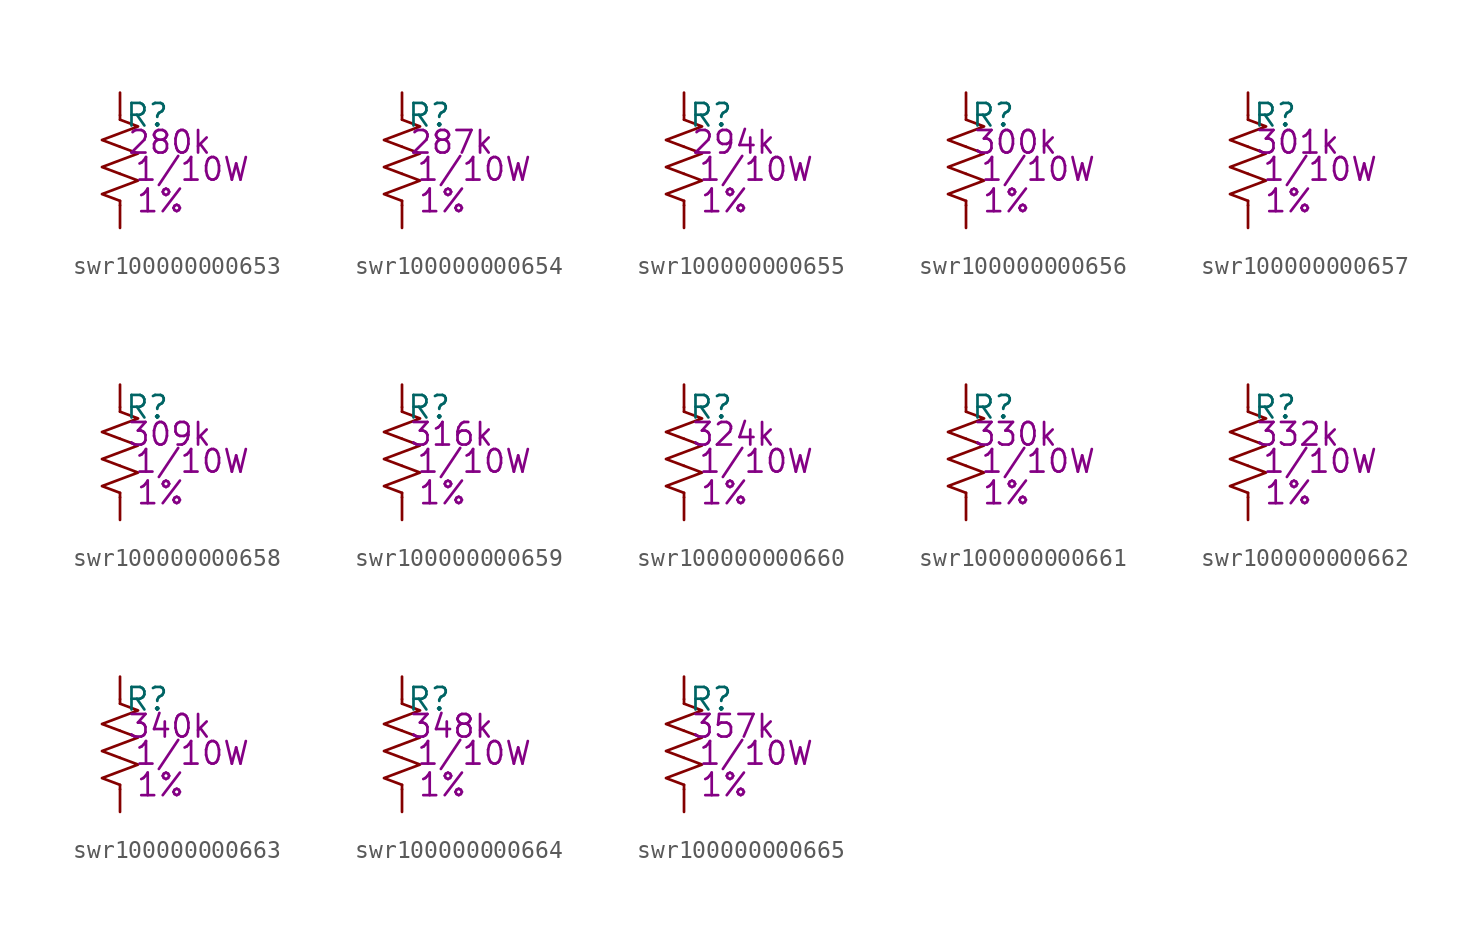
<source format=kicad_sym>
(kicad_symbol_lib
  (version 20211014)
  (generator kicad_symbol_editor)
  (symbol "swr100000000653"
    (pin_numbers hide)
    (pin_names
      (offset 1.016))
    (property "Reference" "R"
      (at 1.524 2.54 0)
      (effects (font (size 1.27 1.27))))
    (property "Tolerance" "1%"
      (at 2.286 -2.286 0)
      (effects (font (size 1.27 1.27))))
    (property "Wattage" "1/10W"
      (at 4.064 -0.508 0)
      (effects (font (size 1.27 1.27))))
    (property "PartValue" "280k"
      (at 2.794 1.016 0)
      (effects (font (size 1.27 1.27))))
    (symbol "swr100000000653_1_1"
      (polyline (pts (xy 0 -2.286) (xy 0 -2.54)) (stroke (width 0) (type default) (color 0 0 0 0)) (fill (type none)))
      (polyline (pts (xy 0 2.286) (xy 0 2.54)) (stroke (width 0) (type default) (color 0 0 0 0)) (fill (type none)))
      (polyline (pts (xy 0 -0.762) (xy 1.016 -1.143) (xy 0 -1.524) (xy -1.016 -1.905) (xy 0 -2.286)) (stroke (width 0) (type default) (color 0 0 0 0)) (fill (type none)))
      (polyline (pts (xy 0 0.762) (xy 1.016 0.381) (xy 0 0) (xy -1.016 -0.381) (xy 0 -0.762)) (stroke (width 0) (type default) (color 0 0 0 0)) (fill (type none)))
      (polyline (pts (xy 0 2.286) (xy 1.016 1.905) (xy 0 1.524) (xy -1.016 1.143) (xy 0 0.762)) (stroke (width 0) (type default) (color 0 0 0 0)) (fill (type none)))
      (pin passive line (at 0 3.81 270) (length 1.27) (name "~" (effects (font (size 1.27 1.27)))) (number "1" (effects (font (size 1.27 1.27)))))
      (pin passive line (at 0 -3.81 90) (length 1.27) (name "~" (effects (font (size 1.27 1.27)))) (number "2" (effects (font (size 1.27 1.27)))))))
  (symbol "swr100000000654"
    (pin_numbers hide)
    (pin_names
      (offset 1.016))
    (property "Reference" "R"
      (at 1.524 2.54 0)
      (effects (font (size 1.27 1.27))))
    (property "Tolerance" "1%"
      (at 2.286 -2.286 0)
      (effects (font (size 1.27 1.27))))
    (property "Wattage" "1/10W"
      (at 4.064 -0.508 0)
      (effects (font (size 1.27 1.27))))
    (property "PartValue" "287k"
      (at 2.794 1.016 0)
      (effects (font (size 1.27 1.27))))
    (symbol "swr100000000654_1_1"
      (polyline (pts (xy 0 -2.286) (xy 0 -2.54)) (stroke (width 0) (type default) (color 0 0 0 0)) (fill (type none)))
      (polyline (pts (xy 0 2.286) (xy 0 2.54)) (stroke (width 0) (type default) (color 0 0 0 0)) (fill (type none)))
      (polyline (pts (xy 0 -0.762) (xy 1.016 -1.143) (xy 0 -1.524) (xy -1.016 -1.905) (xy 0 -2.286)) (stroke (width 0) (type default) (color 0 0 0 0)) (fill (type none)))
      (polyline (pts (xy 0 0.762) (xy 1.016 0.381) (xy 0 0) (xy -1.016 -0.381) (xy 0 -0.762)) (stroke (width 0) (type default) (color 0 0 0 0)) (fill (type none)))
      (polyline (pts (xy 0 2.286) (xy 1.016 1.905) (xy 0 1.524) (xy -1.016 1.143) (xy 0 0.762)) (stroke (width 0) (type default) (color 0 0 0 0)) (fill (type none)))
      (pin passive line (at 0 3.81 270) (length 1.27) (name "~" (effects (font (size 1.27 1.27)))) (number "1" (effects (font (size 1.27 1.27)))))
      (pin passive line (at 0 -3.81 90) (length 1.27) (name "~" (effects (font (size 1.27 1.27)))) (number "2" (effects (font (size 1.27 1.27)))))))
  (symbol "swr100000000655"
    (pin_numbers hide)
    (pin_names
      (offset 1.016))
    (property "Reference" "R"
      (at 1.524 2.54 0)
      (effects (font (size 1.27 1.27))))
    (property "Tolerance" "1%"
      (at 2.286 -2.286 0)
      (effects (font (size 1.27 1.27))))
    (property "Wattage" "1/10W"
      (at 4.064 -0.508 0)
      (effects (font (size 1.27 1.27))))
    (property "PartValue" "294k"
      (at 2.794 1.016 0)
      (effects (font (size 1.27 1.27))))
    (symbol "swr100000000655_1_1"
      (polyline (pts (xy 0 -2.286) (xy 0 -2.54)) (stroke (width 0) (type default) (color 0 0 0 0)) (fill (type none)))
      (polyline (pts (xy 0 2.286) (xy 0 2.54)) (stroke (width 0) (type default) (color 0 0 0 0)) (fill (type none)))
      (polyline (pts (xy 0 -0.762) (xy 1.016 -1.143) (xy 0 -1.524) (xy -1.016 -1.905) (xy 0 -2.286)) (stroke (width 0) (type default) (color 0 0 0 0)) (fill (type none)))
      (polyline (pts (xy 0 0.762) (xy 1.016 0.381) (xy 0 0) (xy -1.016 -0.381) (xy 0 -0.762)) (stroke (width 0) (type default) (color 0 0 0 0)) (fill (type none)))
      (polyline (pts (xy 0 2.286) (xy 1.016 1.905) (xy 0 1.524) (xy -1.016 1.143) (xy 0 0.762)) (stroke (width 0) (type default) (color 0 0 0 0)) (fill (type none)))
      (pin passive line (at 0 3.81 270) (length 1.27) (name "~" (effects (font (size 1.27 1.27)))) (number "1" (effects (font (size 1.27 1.27)))))
      (pin passive line (at 0 -3.81 90) (length 1.27) (name "~" (effects (font (size 1.27 1.27)))) (number "2" (effects (font (size 1.27 1.27)))))))
  (symbol "swr100000000656"
    (pin_numbers hide)
    (pin_names
      (offset 1.016))
    (property "Reference" "R"
      (at 1.524 2.54 0)
      (effects (font (size 1.27 1.27))))
    (property "Tolerance" "1%"
      (at 2.286 -2.286 0)
      (effects (font (size 1.27 1.27))))
    (property "Wattage" "1/10W"
      (at 4.064 -0.508 0)
      (effects (font (size 1.27 1.27))))
    (property "PartValue" "300k"
      (at 2.794 1.016 0)
      (effects (font (size 1.27 1.27))))
    (symbol "swr100000000656_1_1"
      (polyline (pts (xy 0 -2.286) (xy 0 -2.54)) (stroke (width 0) (type default) (color 0 0 0 0)) (fill (type none)))
      (polyline (pts (xy 0 2.286) (xy 0 2.54)) (stroke (width 0) (type default) (color 0 0 0 0)) (fill (type none)))
      (polyline (pts (xy 0 -0.762) (xy 1.016 -1.143) (xy 0 -1.524) (xy -1.016 -1.905) (xy 0 -2.286)) (stroke (width 0) (type default) (color 0 0 0 0)) (fill (type none)))
      (polyline (pts (xy 0 0.762) (xy 1.016 0.381) (xy 0 0) (xy -1.016 -0.381) (xy 0 -0.762)) (stroke (width 0) (type default) (color 0 0 0 0)) (fill (type none)))
      (polyline (pts (xy 0 2.286) (xy 1.016 1.905) (xy 0 1.524) (xy -1.016 1.143) (xy 0 0.762)) (stroke (width 0) (type default) (color 0 0 0 0)) (fill (type none)))
      (pin passive line (at 0 3.81 270) (length 1.27) (name "~" (effects (font (size 1.27 1.27)))) (number "1" (effects (font (size 1.27 1.27)))))
      (pin passive line (at 0 -3.81 90) (length 1.27) (name "~" (effects (font (size 1.27 1.27)))) (number "2" (effects (font (size 1.27 1.27)))))))
  (symbol "swr100000000657"
    (pin_numbers hide)
    (pin_names
      (offset 1.016))
    (property "Reference" "R"
      (at 1.524 2.54 0)
      (effects (font (size 1.27 1.27))))
    (property "Tolerance" "1%"
      (at 2.286 -2.286 0)
      (effects (font (size 1.27 1.27))))
    (property "Wattage" "1/10W"
      (at 4.064 -0.508 0)
      (effects (font (size 1.27 1.27))))
    (property "PartValue" "301k"
      (at 2.794 1.016 0)
      (effects (font (size 1.27 1.27))))
    (symbol "swr100000000657_1_1"
      (polyline (pts (xy 0 -2.286) (xy 0 -2.54)) (stroke (width 0) (type default) (color 0 0 0 0)) (fill (type none)))
      (polyline (pts (xy 0 2.286) (xy 0 2.54)) (stroke (width 0) (type default) (color 0 0 0 0)) (fill (type none)))
      (polyline (pts (xy 0 -0.762) (xy 1.016 -1.143) (xy 0 -1.524) (xy -1.016 -1.905) (xy 0 -2.286)) (stroke (width 0) (type default) (color 0 0 0 0)) (fill (type none)))
      (polyline (pts (xy 0 0.762) (xy 1.016 0.381) (xy 0 0) (xy -1.016 -0.381) (xy 0 -0.762)) (stroke (width 0) (type default) (color 0 0 0 0)) (fill (type none)))
      (polyline (pts (xy 0 2.286) (xy 1.016 1.905) (xy 0 1.524) (xy -1.016 1.143) (xy 0 0.762)) (stroke (width 0) (type default) (color 0 0 0 0)) (fill (type none)))
      (pin passive line (at 0 3.81 270) (length 1.27) (name "~" (effects (font (size 1.27 1.27)))) (number "1" (effects (font (size 1.27 1.27)))))
      (pin passive line (at 0 -3.81 90) (length 1.27) (name "~" (effects (font (size 1.27 1.27)))) (number "2" (effects (font (size 1.27 1.27)))))))
  (symbol "swr100000000658"
    (pin_numbers hide)
    (pin_names
      (offset 1.016))
    (property "Reference" "R"
      (at 1.524 2.54 0)
      (effects (font (size 1.27 1.27))))
    (property "Tolerance" "1%"
      (at 2.286 -2.286 0)
      (effects (font (size 1.27 1.27))))
    (property "Wattage" "1/10W"
      (at 4.064 -0.508 0)
      (effects (font (size 1.27 1.27))))
    (property "PartValue" "309k"
      (at 2.794 1.016 0)
      (effects (font (size 1.27 1.27))))
    (symbol "swr100000000658_1_1"
      (polyline (pts (xy 0 -2.286) (xy 0 -2.54)) (stroke (width 0) (type default) (color 0 0 0 0)) (fill (type none)))
      (polyline (pts (xy 0 2.286) (xy 0 2.54)) (stroke (width 0) (type default) (color 0 0 0 0)) (fill (type none)))
      (polyline (pts (xy 0 -0.762) (xy 1.016 -1.143) (xy 0 -1.524) (xy -1.016 -1.905) (xy 0 -2.286)) (stroke (width 0) (type default) (color 0 0 0 0)) (fill (type none)))
      (polyline (pts (xy 0 0.762) (xy 1.016 0.381) (xy 0 0) (xy -1.016 -0.381) (xy 0 -0.762)) (stroke (width 0) (type default) (color 0 0 0 0)) (fill (type none)))
      (polyline (pts (xy 0 2.286) (xy 1.016 1.905) (xy 0 1.524) (xy -1.016 1.143) (xy 0 0.762)) (stroke (width 0) (type default) (color 0 0 0 0)) (fill (type none)))
      (pin passive line (at 0 3.81 270) (length 1.27) (name "~" (effects (font (size 1.27 1.27)))) (number "1" (effects (font (size 1.27 1.27)))))
      (pin passive line (at 0 -3.81 90) (length 1.27) (name "~" (effects (font (size 1.27 1.27)))) (number "2" (effects (font (size 1.27 1.27)))))))
  (symbol "swr100000000659"
    (pin_numbers hide)
    (pin_names
      (offset 1.016))
    (property "Reference" "R"
      (at 1.524 2.54 0)
      (effects (font (size 1.27 1.27))))
    (property "Tolerance" "1%"
      (at 2.286 -2.286 0)
      (effects (font (size 1.27 1.27))))
    (property "Wattage" "1/10W"
      (at 4.064 -0.508 0)
      (effects (font (size 1.27 1.27))))
    (property "PartValue" "316k"
      (at 2.794 1.016 0)
      (effects (font (size 1.27 1.27))))
    (symbol "swr100000000659_1_1"
      (polyline (pts (xy 0 -2.286) (xy 0 -2.54)) (stroke (width 0) (type default) (color 0 0 0 0)) (fill (type none)))
      (polyline (pts (xy 0 2.286) (xy 0 2.54)) (stroke (width 0) (type default) (color 0 0 0 0)) (fill (type none)))
      (polyline (pts (xy 0 -0.762) (xy 1.016 -1.143) (xy 0 -1.524) (xy -1.016 -1.905) (xy 0 -2.286)) (stroke (width 0) (type default) (color 0 0 0 0)) (fill (type none)))
      (polyline (pts (xy 0 0.762) (xy 1.016 0.381) (xy 0 0) (xy -1.016 -0.381) (xy 0 -0.762)) (stroke (width 0) (type default) (color 0 0 0 0)) (fill (type none)))
      (polyline (pts (xy 0 2.286) (xy 1.016 1.905) (xy 0 1.524) (xy -1.016 1.143) (xy 0 0.762)) (stroke (width 0) (type default) (color 0 0 0 0)) (fill (type none)))
      (pin passive line (at 0 3.81 270) (length 1.27) (name "~" (effects (font (size 1.27 1.27)))) (number "1" (effects (font (size 1.27 1.27)))))
      (pin passive line (at 0 -3.81 90) (length 1.27) (name "~" (effects (font (size 1.27 1.27)))) (number "2" (effects (font (size 1.27 1.27)))))))
  (symbol "swr100000000660"
    (pin_numbers hide)
    (pin_names
      (offset 1.016))
    (property "Reference" "R"
      (at 1.524 2.54 0)
      (effects (font (size 1.27 1.27))))
    (property "Tolerance" "1%"
      (at 2.286 -2.286 0)
      (effects (font (size 1.27 1.27))))
    (property "Wattage" "1/10W"
      (at 4.064 -0.508 0)
      (effects (font (size 1.27 1.27))))
    (property "PartValue" "324k"
      (at 2.794 1.016 0)
      (effects (font (size 1.27 1.27))))
    (symbol "swr100000000660_1_1"
      (polyline (pts (xy 0 -2.286) (xy 0 -2.54)) (stroke (width 0) (type default) (color 0 0 0 0)) (fill (type none)))
      (polyline (pts (xy 0 2.286) (xy 0 2.54)) (stroke (width 0) (type default) (color 0 0 0 0)) (fill (type none)))
      (polyline (pts (xy 0 -0.762) (xy 1.016 -1.143) (xy 0 -1.524) (xy -1.016 -1.905) (xy 0 -2.286)) (stroke (width 0) (type default) (color 0 0 0 0)) (fill (type none)))
      (polyline (pts (xy 0 0.762) (xy 1.016 0.381) (xy 0 0) (xy -1.016 -0.381) (xy 0 -0.762)) (stroke (width 0) (type default) (color 0 0 0 0)) (fill (type none)))
      (polyline (pts (xy 0 2.286) (xy 1.016 1.905) (xy 0 1.524) (xy -1.016 1.143) (xy 0 0.762)) (stroke (width 0) (type default) (color 0 0 0 0)) (fill (type none)))
      (pin passive line (at 0 3.81 270) (length 1.27) (name "~" (effects (font (size 1.27 1.27)))) (number "1" (effects (font (size 1.27 1.27)))))
      (pin passive line (at 0 -3.81 90) (length 1.27) (name "~" (effects (font (size 1.27 1.27)))) (number "2" (effects (font (size 1.27 1.27)))))))
  (symbol "swr100000000661"
    (pin_numbers hide)
    (pin_names
      (offset 1.016))
    (property "Reference" "R"
      (at 1.524 2.54 0)
      (effects (font (size 1.27 1.27))))
    (property "Tolerance" "1%"
      (at 2.286 -2.286 0)
      (effects (font (size 1.27 1.27))))
    (property "Wattage" "1/10W"
      (at 4.064 -0.508 0)
      (effects (font (size 1.27 1.27))))
    (property "PartValue" "330k"
      (at 2.794 1.016 0)
      (effects (font (size 1.27 1.27))))
    (symbol "swr100000000661_1_1"
      (polyline (pts (xy 0 -2.286) (xy 0 -2.54)) (stroke (width 0) (type default) (color 0 0 0 0)) (fill (type none)))
      (polyline (pts (xy 0 2.286) (xy 0 2.54)) (stroke (width 0) (type default) (color 0 0 0 0)) (fill (type none)))
      (polyline (pts (xy 0 -0.762) (xy 1.016 -1.143) (xy 0 -1.524) (xy -1.016 -1.905) (xy 0 -2.286)) (stroke (width 0) (type default) (color 0 0 0 0)) (fill (type none)))
      (polyline (pts (xy 0 0.762) (xy 1.016 0.381) (xy 0 0) (xy -1.016 -0.381) (xy 0 -0.762)) (stroke (width 0) (type default) (color 0 0 0 0)) (fill (type none)))
      (polyline (pts (xy 0 2.286) (xy 1.016 1.905) (xy 0 1.524) (xy -1.016 1.143) (xy 0 0.762)) (stroke (width 0) (type default) (color 0 0 0 0)) (fill (type none)))
      (pin passive line (at 0 3.81 270) (length 1.27) (name "~" (effects (font (size 1.27 1.27)))) (number "1" (effects (font (size 1.27 1.27)))))
      (pin passive line (at 0 -3.81 90) (length 1.27) (name "~" (effects (font (size 1.27 1.27)))) (number "2" (effects (font (size 1.27 1.27)))))))
  (symbol "swr100000000662"
    (pin_numbers hide)
    (pin_names
      (offset 1.016))
    (property "Reference" "R"
      (at 1.524 2.54 0)
      (effects (font (size 1.27 1.27))))
    (property "Tolerance" "1%"
      (at 2.286 -2.286 0)
      (effects (font (size 1.27 1.27))))
    (property "Wattage" "1/10W"
      (at 4.064 -0.508 0)
      (effects (font (size 1.27 1.27))))
    (property "PartValue" "332k"
      (at 2.794 1.016 0)
      (effects (font (size 1.27 1.27))))
    (symbol "swr100000000662_1_1"
      (polyline (pts (xy 0 -2.286) (xy 0 -2.54)) (stroke (width 0) (type default) (color 0 0 0 0)) (fill (type none)))
      (polyline (pts (xy 0 2.286) (xy 0 2.54)) (stroke (width 0) (type default) (color 0 0 0 0)) (fill (type none)))
      (polyline (pts (xy 0 -0.762) (xy 1.016 -1.143) (xy 0 -1.524) (xy -1.016 -1.905) (xy 0 -2.286)) (stroke (width 0) (type default) (color 0 0 0 0)) (fill (type none)))
      (polyline (pts (xy 0 0.762) (xy 1.016 0.381) (xy 0 0) (xy -1.016 -0.381) (xy 0 -0.762)) (stroke (width 0) (type default) (color 0 0 0 0)) (fill (type none)))
      (polyline (pts (xy 0 2.286) (xy 1.016 1.905) (xy 0 1.524) (xy -1.016 1.143) (xy 0 0.762)) (stroke (width 0) (type default) (color 0 0 0 0)) (fill (type none)))
      (pin passive line (at 0 3.81 270) (length 1.27) (name "~" (effects (font (size 1.27 1.27)))) (number "1" (effects (font (size 1.27 1.27)))))
      (pin passive line (at 0 -3.81 90) (length 1.27) (name "~" (effects (font (size 1.27 1.27)))) (number "2" (effects (font (size 1.27 1.27)))))))
  (symbol "swr100000000663"
    (pin_numbers hide)
    (pin_names
      (offset 1.016))
    (property "Reference" "R"
      (at 1.524 2.54 0)
      (effects (font (size 1.27 1.27))))
    (property "Tolerance" "1%"
      (at 2.286 -2.286 0)
      (effects (font (size 1.27 1.27))))
    (property "Wattage" "1/10W"
      (at 4.064 -0.508 0)
      (effects (font (size 1.27 1.27))))
    (property "PartValue" "340k"
      (at 2.794 1.016 0)
      (effects (font (size 1.27 1.27))))
    (symbol "swr100000000663_1_1"
      (polyline (pts (xy 0 -2.286) (xy 0 -2.54)) (stroke (width 0) (type default) (color 0 0 0 0)) (fill (type none)))
      (polyline (pts (xy 0 2.286) (xy 0 2.54)) (stroke (width 0) (type default) (color 0 0 0 0)) (fill (type none)))
      (polyline (pts (xy 0 -0.762) (xy 1.016 -1.143) (xy 0 -1.524) (xy -1.016 -1.905) (xy 0 -2.286)) (stroke (width 0) (type default) (color 0 0 0 0)) (fill (type none)))
      (polyline (pts (xy 0 0.762) (xy 1.016 0.381) (xy 0 0) (xy -1.016 -0.381) (xy 0 -0.762)) (stroke (width 0) (type default) (color 0 0 0 0)) (fill (type none)))
      (polyline (pts (xy 0 2.286) (xy 1.016 1.905) (xy 0 1.524) (xy -1.016 1.143) (xy 0 0.762)) (stroke (width 0) (type default) (color 0 0 0 0)) (fill (type none)))
      (pin passive line (at 0 3.81 270) (length 1.27) (name "~" (effects (font (size 1.27 1.27)))) (number "1" (effects (font (size 1.27 1.27)))))
      (pin passive line (at 0 -3.81 90) (length 1.27) (name "~" (effects (font (size 1.27 1.27)))) (number "2" (effects (font (size 1.27 1.27)))))))
  (symbol "swr100000000664"
    (pin_numbers hide)
    (pin_names
      (offset 1.016))
    (property "Reference" "R"
      (at 1.524 2.54 0)
      (effects (font (size 1.27 1.27))))
    (property "Tolerance" "1%"
      (at 2.286 -2.286 0)
      (effects (font (size 1.27 1.27))))
    (property "Wattage" "1/10W"
      (at 4.064 -0.508 0)
      (effects (font (size 1.27 1.27))))
    (property "PartValue" "348k"
      (at 2.794 1.016 0)
      (effects (font (size 1.27 1.27))))
    (symbol "swr100000000664_1_1"
      (polyline (pts (xy 0 -2.286) (xy 0 -2.54)) (stroke (width 0) (type default) (color 0 0 0 0)) (fill (type none)))
      (polyline (pts (xy 0 2.286) (xy 0 2.54)) (stroke (width 0) (type default) (color 0 0 0 0)) (fill (type none)))
      (polyline (pts (xy 0 -0.762) (xy 1.016 -1.143) (xy 0 -1.524) (xy -1.016 -1.905) (xy 0 -2.286)) (stroke (width 0) (type default) (color 0 0 0 0)) (fill (type none)))
      (polyline (pts (xy 0 0.762) (xy 1.016 0.381) (xy 0 0) (xy -1.016 -0.381) (xy 0 -0.762)) (stroke (width 0) (type default) (color 0 0 0 0)) (fill (type none)))
      (polyline (pts (xy 0 2.286) (xy 1.016 1.905) (xy 0 1.524) (xy -1.016 1.143) (xy 0 0.762)) (stroke (width 0) (type default) (color 0 0 0 0)) (fill (type none)))
      (pin passive line (at 0 3.81 270) (length 1.27) (name "~" (effects (font (size 1.27 1.27)))) (number "1" (effects (font (size 1.27 1.27)))))
      (pin passive line (at 0 -3.81 90) (length 1.27) (name "~" (effects (font (size 1.27 1.27)))) (number "2" (effects (font (size 1.27 1.27)))))))
  (symbol "swr100000000665"
    (pin_numbers hide)
    (pin_names
      (offset 1.016))
    (property "Reference" "R"
      (at 1.524 2.54 0)
      (effects (font (size 1.27 1.27))))
    (property "Tolerance" "1%"
      (at 2.286 -2.286 0)
      (effects (font (size 1.27 1.27))))
    (property "Wattage" "1/10W"
      (at 4.064 -0.508 0)
      (effects (font (size 1.27 1.27))))
    (property "PartValue" "357k"
      (at 2.794 1.016 0)
      (effects (font (size 1.27 1.27))))
    (symbol "swr100000000665_1_1"
      (polyline (pts (xy 0 -2.286) (xy 0 -2.54)) (stroke (width 0) (type default) (color 0 0 0 0)) (fill (type none)))
      (polyline (pts (xy 0 2.286) (xy 0 2.54)) (stroke (width 0) (type default) (color 0 0 0 0)) (fill (type none)))
      (polyline (pts (xy 0 -0.762) (xy 1.016 -1.143) (xy 0 -1.524) (xy -1.016 -1.905) (xy 0 -2.286)) (stroke (width 0) (type default) (color 0 0 0 0)) (fill (type none)))
      (polyline (pts (xy 0 0.762) (xy 1.016 0.381) (xy 0 0) (xy -1.016 -0.381) (xy 0 -0.762)) (stroke (width 0) (type default) (color 0 0 0 0)) (fill (type none)))
      (polyline (pts (xy 0 2.286) (xy 1.016 1.905) (xy 0 1.524) (xy -1.016 1.143) (xy 0 0.762)) (stroke (width 0) (type default) (color 0 0 0 0)) (fill (type none)))
      (pin passive line (at 0 3.81 270) (length 1.27) (name "~" (effects (font (size 1.27 1.27)))) (number "1" (effects (font (size 1.27 1.27)))))
      (pin passive line (at 0 -3.81 90) (length 1.27) (name "~" (effects (font (size 1.27 1.27)))) (number "2" (effects (font (size 1.27 1.27))))))))
</source>
